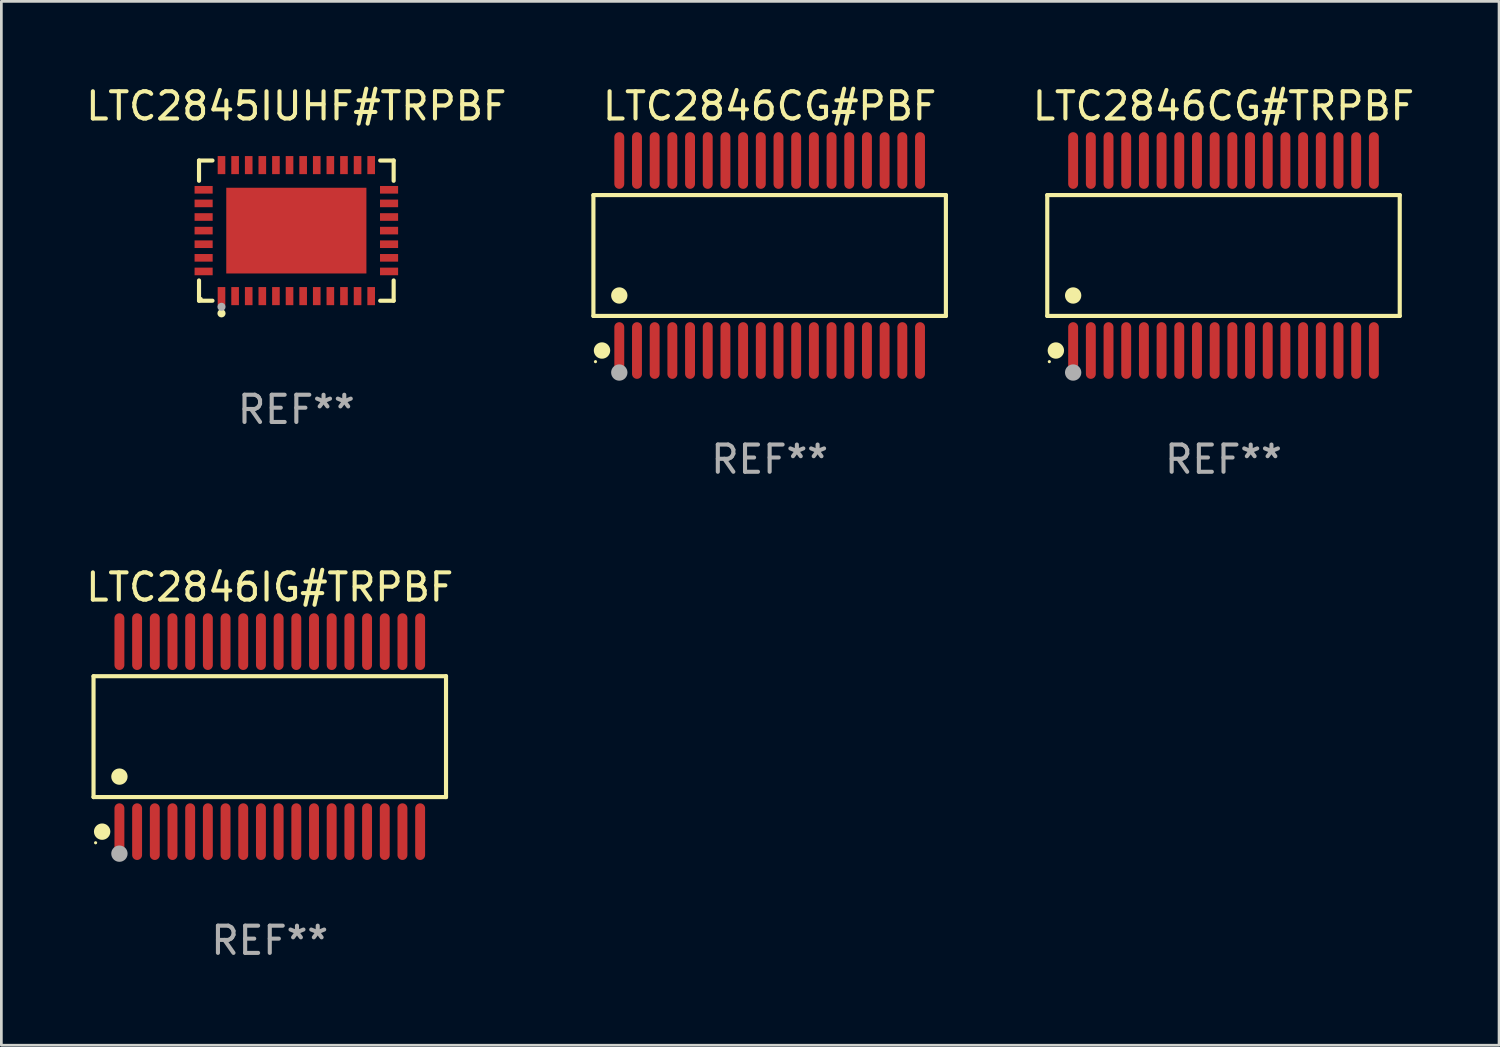
<source format=kicad_pcb>
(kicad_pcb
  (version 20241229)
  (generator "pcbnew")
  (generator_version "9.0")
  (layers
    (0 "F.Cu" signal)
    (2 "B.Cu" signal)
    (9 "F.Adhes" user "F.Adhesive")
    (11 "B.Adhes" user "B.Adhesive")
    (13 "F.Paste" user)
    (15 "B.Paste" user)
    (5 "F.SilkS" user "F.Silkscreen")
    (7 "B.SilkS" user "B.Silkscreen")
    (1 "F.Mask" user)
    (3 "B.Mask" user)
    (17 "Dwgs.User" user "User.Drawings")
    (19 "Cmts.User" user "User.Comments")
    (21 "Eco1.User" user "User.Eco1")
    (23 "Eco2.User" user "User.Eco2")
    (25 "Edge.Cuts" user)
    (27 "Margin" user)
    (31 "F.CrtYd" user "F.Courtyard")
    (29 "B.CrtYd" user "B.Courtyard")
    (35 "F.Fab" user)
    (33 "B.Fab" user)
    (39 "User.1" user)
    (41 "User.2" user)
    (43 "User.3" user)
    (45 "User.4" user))
  (footprint "LTC2846CG#TRPBF"
    (layer "F.Cu")
    (at 41.908 6.339)
    (property "Reference" "LTC2846CG#TRPBF" (at 0 -5.491 0) (layer "F.SilkS") (effects (font (size 1 1) (thickness 0.15))))
    (attr through_hole)
    (fp_line (start -6.476 -2.221) (end 6.476 -2.221) (stroke (width 0.152) (type solid)) (layer "F.SilkS"))
    (fp_line (start -6.476 2.221) (end -6.476 -2.221) (stroke (width 0.152) (type solid)) (layer "F.SilkS"))
    (fp_line (start 6.476 -2.221) (end 6.476 2.221) (stroke (width 0.152) (type solid)) (layer "F.SilkS"))
    (fp_line (start 6.476 2.221) (end -6.476 2.221) (stroke (width 0.152) (type solid)) (layer "F.SilkS"))
    (fp_circle (center -6.4 3.9) (end -6.37 3.9) (stroke (width 0.06) (type solid)) (fill no) (layer "F.SilkS"))
    (fp_circle (center -6.16 3.491) (end -6.009 3.491) (stroke (width 0.3) (type solid)) (fill no) (layer "F.SilkS"))
    (fp_circle (center -5.525 1.469) (end -5.375 1.469) (stroke (width 0.3) (type solid)) (fill no) (layer "F.SilkS"))
    (fp_circle (center -5.525 4.3) (end -5.375 4.3) (stroke (width 0.3) (type solid)) (fill no) (layer "F.Fab"))
    (fp_text user "REF**" (at 0 7.491 0) (layer "F.Fab") (effects (font (size 1 1) (thickness 0.15))))
    (pad "1" smd oval (at -5.525 3.491) (size 0.364 2.082) (layers "F.Cu" "F.Mask" "F.Paste"))
    (pad "2" smd oval (at -4.875 3.491) (size 0.364 2.082) (layers "F.Cu" "F.Mask" "F.Paste"))
    (pad "3" smd oval (at -4.225 3.491) (size 0.364 2.082) (layers "F.Cu" "F.Mask" "F.Paste"))
    (pad "4" smd oval (at -3.575 3.491) (size 0.364 2.082) (layers "F.Cu" "F.Mask" "F.Paste"))
    (pad "5" smd oval (at -2.925 3.491) (size 0.364 2.082) (layers "F.Cu" "F.Mask" "F.Paste"))
    (pad "6" smd oval (at -2.275 3.491) (size 0.364 2.082) (layers "F.Cu" "F.Mask" "F.Paste"))
    (pad "7" smd oval (at -1.625 3.491) (size 0.364 2.082) (layers "F.Cu" "F.Mask" "F.Paste"))
    (pad "8" smd oval (at -0.975 3.491) (size 0.364 2.082) (layers "F.Cu" "F.Mask" "F.Paste"))
    (pad "9" smd oval (at -0.325 3.491) (size 0.364 2.082) (layers "F.Cu" "F.Mask" "F.Paste"))
    (pad "10" smd oval (at 0.325 3.491) (size 0.364 2.082) (layers "F.Cu" "F.Mask" "F.Paste"))
    (pad "11" smd oval (at 0.975 3.491) (size 0.364 2.082) (layers "F.Cu" "F.Mask" "F.Paste"))
    (pad "12" smd oval (at 1.625 3.491) (size 0.364 2.082) (layers "F.Cu" "F.Mask" "F.Paste"))
    (pad "13" smd oval (at 2.275 3.491) (size 0.364 2.082) (layers "F.Cu" "F.Mask" "F.Paste"))
    (pad "14" smd oval (at 2.925 3.491) (size 0.364 2.082) (layers "F.Cu" "F.Mask" "F.Paste"))
    (pad "15" smd oval (at 3.575 3.491) (size 0.364 2.082) (layers "F.Cu" "F.Mask" "F.Paste"))
    (pad "16" smd oval (at 4.225 3.491) (size 0.364 2.082) (layers "F.Cu" "F.Mask" "F.Paste"))
    (pad "17" smd oval (at 4.875 3.491) (size 0.364 2.082) (layers "F.Cu" "F.Mask" "F.Paste"))
    (pad "18" smd oval (at 5.525 3.491) (size 0.364 2.082) (layers "F.Cu" "F.Mask" "F.Paste"))
    (pad "19" smd oval (at 5.525 -3.491) (size 0.364 2.082) (layers "F.Cu" "F.Mask" "F.Paste"))
    (pad "20" smd oval (at 4.875 -3.491) (size 0.364 2.082) (layers "F.Cu" "F.Mask" "F.Paste"))
    (pad "21" smd oval (at 4.225 -3.491) (size 0.364 2.082) (layers "F.Cu" "F.Mask" "F.Paste"))
    (pad "22" smd oval (at 3.575 -3.491) (size 0.364 2.082) (layers "F.Cu" "F.Mask" "F.Paste"))
    (pad "23" smd oval (at 2.925 -3.491) (size 0.364 2.082) (layers "F.Cu" "F.Mask" "F.Paste"))
    (pad "24" smd oval (at 2.275 -3.491) (size 0.364 2.082) (layers "F.Cu" "F.Mask" "F.Paste"))
    (pad "25" smd oval (at 1.625 -3.491) (size 0.364 2.082) (layers "F.Cu" "F.Mask" "F.Paste"))
    (pad "26" smd oval (at 0.975 -3.491) (size 0.364 2.082) (layers "F.Cu" "F.Mask" "F.Paste"))
    (pad "27" smd oval (at 0.325 -3.491) (size 0.364 2.082) (layers "F.Cu" "F.Mask" "F.Paste"))
    (pad "28" smd oval (at -0.325 -3.491) (size 0.364 2.082) (layers "F.Cu" "F.Mask" "F.Paste"))
    (pad "29" smd oval (at -0.975 -3.491) (size 0.364 2.082) (layers "F.Cu" "F.Mask" "F.Paste"))
    (pad "30" smd oval (at -1.625 -3.491) (size 0.364 2.082) (layers "F.Cu" "F.Mask" "F.Paste"))
    (pad "31" smd oval (at -2.275 -3.491) (size 0.364 2.082) (layers "F.Cu" "F.Mask" "F.Paste"))
    (pad "32" smd oval (at -2.925 -3.491) (size 0.364 2.082) (layers "F.Cu" "F.Mask" "F.Paste"))
    (pad "33" smd oval (at -3.575 -3.491) (size 0.364 2.082) (layers "F.Cu" "F.Mask" "F.Paste"))
    (pad "34" smd oval (at -4.225 -3.491) (size 0.364 2.082) (layers "F.Cu" "F.Mask" "F.Paste"))
    (pad "35" smd oval (at -4.875 -3.491) (size 0.364 2.082) (layers "F.Cu" "F.Mask" "F.Paste"))
    (pad "36" smd oval (at -5.525 -3.491) (size 0.364 2.082) (layers "F.Cu" "F.Mask" "F.Paste")))
  (footprint "LTC2846IG#TRPBF"
    (layer "F.Cu")
    (at 6.863 24.018)
    (property "Reference" "LTC2846IG#TRPBF" (at 0 -5.491 0) (layer "F.SilkS") (effects (font (size 1 1) (thickness 0.15))))
    (attr through_hole)
    (fp_line (start -6.476 -2.221) (end 6.476 -2.221) (stroke (width 0.152) (type solid)) (layer "F.SilkS"))
    (fp_line (start -6.476 2.221) (end -6.476 -2.221) (stroke (width 0.152) (type solid)) (layer "F.SilkS"))
    (fp_line (start 6.476 -2.221) (end 6.476 2.221) (stroke (width 0.152) (type solid)) (layer "F.SilkS"))
    (fp_line (start 6.476 2.221) (end -6.476 2.221) (stroke (width 0.152) (type solid)) (layer "F.SilkS"))
    (fp_circle (center -6.4 3.9) (end -6.37 3.9) (stroke (width 0.06) (type solid)) (fill no) (layer "F.SilkS"))
    (fp_circle (center -6.16 3.491) (end -6.009 3.491) (stroke (width 0.3) (type solid)) (fill no) (layer "F.SilkS"))
    (fp_circle (center -5.525 1.469) (end -5.375 1.469) (stroke (width 0.3) (type solid)) (fill no) (layer "F.SilkS"))
    (fp_circle (center -5.525 4.3) (end -5.375 4.3) (stroke (width 0.3) (type solid)) (fill no) (layer "F.Fab"))
    (fp_text user "REF**" (at 0 7.491 0) (layer "F.Fab") (effects (font (size 1 1) (thickness 0.15))))
    (pad "1" smd oval (at -5.525 3.491) (size 0.364 2.082) (layers "F.Cu" "F.Mask" "F.Paste"))
    (pad "2" smd oval (at -4.875 3.491) (size 0.364 2.082) (layers "F.Cu" "F.Mask" "F.Paste"))
    (pad "3" smd oval (at -4.225 3.491) (size 0.364 2.082) (layers "F.Cu" "F.Mask" "F.Paste"))
    (pad "4" smd oval (at -3.575 3.491) (size 0.364 2.082) (layers "F.Cu" "F.Mask" "F.Paste"))
    (pad "5" smd oval (at -2.925 3.491) (size 0.364 2.082) (layers "F.Cu" "F.Mask" "F.Paste"))
    (pad "6" smd oval (at -2.275 3.491) (size 0.364 2.082) (layers "F.Cu" "F.Mask" "F.Paste"))
    (pad "7" smd oval (at -1.625 3.491) (size 0.364 2.082) (layers "F.Cu" "F.Mask" "F.Paste"))
    (pad "8" smd oval (at -0.975 3.491) (size 0.364 2.082) (layers "F.Cu" "F.Mask" "F.Paste"))
    (pad "9" smd oval (at -0.325 3.491) (size 0.364 2.082) (layers "F.Cu" "F.Mask" "F.Paste"))
    (pad "10" smd oval (at 0.325 3.491) (size 0.364 2.082) (layers "F.Cu" "F.Mask" "F.Paste"))
    (pad "11" smd oval (at 0.975 3.491) (size 0.364 2.082) (layers "F.Cu" "F.Mask" "F.Paste"))
    (pad "12" smd oval (at 1.625 3.491) (size 0.364 2.082) (layers "F.Cu" "F.Mask" "F.Paste"))
    (pad "13" smd oval (at 2.275 3.491) (size 0.364 2.082) (layers "F.Cu" "F.Mask" "F.Paste"))
    (pad "14" smd oval (at 2.925 3.491) (size 0.364 2.082) (layers "F.Cu" "F.Mask" "F.Paste"))
    (pad "15" smd oval (at 3.575 3.491) (size 0.364 2.082) (layers "F.Cu" "F.Mask" "F.Paste"))
    (pad "16" smd oval (at 4.225 3.491) (size 0.364 2.082) (layers "F.Cu" "F.Mask" "F.Paste"))
    (pad "17" smd oval (at 4.875 3.491) (size 0.364 2.082) (layers "F.Cu" "F.Mask" "F.Paste"))
    (pad "18" smd oval (at 5.525 3.491) (size 0.364 2.082) (layers "F.Cu" "F.Mask" "F.Paste"))
    (pad "19" smd oval (at 5.525 -3.491) (size 0.364 2.082) (layers "F.Cu" "F.Mask" "F.Paste"))
    (pad "20" smd oval (at 4.875 -3.491) (size 0.364 2.082) (layers "F.Cu" "F.Mask" "F.Paste"))
    (pad "21" smd oval (at 4.225 -3.491) (size 0.364 2.082) (layers "F.Cu" "F.Mask" "F.Paste"))
    (pad "22" smd oval (at 3.575 -3.491) (size 0.364 2.082) (layers "F.Cu" "F.Mask" "F.Paste"))
    (pad "23" smd oval (at 2.925 -3.491) (size 0.364 2.082) (layers "F.Cu" "F.Mask" "F.Paste"))
    (pad "24" smd oval (at 2.275 -3.491) (size 0.364 2.082) (layers "F.Cu" "F.Mask" "F.Paste"))
    (pad "25" smd oval (at 1.625 -3.491) (size 0.364 2.082) (layers "F.Cu" "F.Mask" "F.Paste"))
    (pad "26" smd oval (at 0.975 -3.491) (size 0.364 2.082) (layers "F.Cu" "F.Mask" "F.Paste"))
    (pad "27" smd oval (at 0.325 -3.491) (size 0.364 2.082) (layers "F.Cu" "F.Mask" "F.Paste"))
    (pad "28" smd oval (at -0.325 -3.491) (size 0.364 2.082) (layers "F.Cu" "F.Mask" "F.Paste"))
    (pad "29" smd oval (at -0.975 -3.491) (size 0.364 2.082) (layers "F.Cu" "F.Mask" "F.Paste"))
    (pad "30" smd oval (at -1.625 -3.491) (size 0.364 2.082) (layers "F.Cu" "F.Mask" "F.Paste"))
    (pad "31" smd oval (at -2.275 -3.491) (size 0.364 2.082) (layers "F.Cu" "F.Mask" "F.Paste"))
    (pad "32" smd oval (at -2.925 -3.491) (size 0.364 2.082) (layers "F.Cu" "F.Mask" "F.Paste"))
    (pad "33" smd oval (at -3.575 -3.491) (size 0.364 2.082) (layers "F.Cu" "F.Mask" "F.Paste"))
    (pad "34" smd oval (at -4.225 -3.491) (size 0.364 2.082) (layers "F.Cu" "F.Mask" "F.Paste"))
    (pad "35" smd oval (at -4.875 -3.491) (size 0.364 2.082) (layers "F.Cu" "F.Mask" "F.Paste"))
    (pad "36" smd oval (at -5.525 -3.491) (size 0.364 2.082) (layers "F.Cu" "F.Mask" "F.Paste")))
  (footprint "LTC2846CG#PBF"
    (layer "F.Cu")
    (at 25.231 6.339)
    (property "Reference" "LTC2846CG#PBF" (at 0 -5.491 0) (layer "F.SilkS") (effects (font (size 1 1) (thickness 0.15))))
    (attr through_hole)
    (fp_line (start -6.476 -2.221) (end 6.476 -2.221) (stroke (width 0.152) (type solid)) (layer "F.SilkS"))
    (fp_line (start -6.476 2.221) (end -6.476 -2.221) (stroke (width 0.152) (type solid)) (layer "F.SilkS"))
    (fp_line (start 6.476 -2.221) (end 6.476 2.221) (stroke (width 0.152) (type solid)) (layer "F.SilkS"))
    (fp_line (start 6.476 2.221) (end -6.476 2.221) (stroke (width 0.152) (type solid)) (layer "F.SilkS"))
    (fp_circle (center -6.4 3.9) (end -6.37 3.9) (stroke (width 0.06) (type solid)) (fill no) (layer "F.SilkS"))
    (fp_circle (center -6.16 3.491) (end -6.009 3.491) (stroke (width 0.3) (type solid)) (fill no) (layer "F.SilkS"))
    (fp_circle (center -5.525 1.469) (end -5.375 1.469) (stroke (width 0.3) (type solid)) (fill no) (layer "F.SilkS"))
    (fp_circle (center -5.525 4.3) (end -5.375 4.3) (stroke (width 0.3) (type solid)) (fill no) (layer "F.Fab"))
    (fp_text user "REF**" (at 0 7.491 0) (layer "F.Fab") (effects (font (size 1 1) (thickness 0.15))))
    (pad "1" smd oval (at -5.525 3.491) (size 0.364 2.082) (layers "F.Cu" "F.Mask" "F.Paste"))
    (pad "2" smd oval (at -4.875 3.491) (size 0.364 2.082) (layers "F.Cu" "F.Mask" "F.Paste"))
    (pad "3" smd oval (at -4.225 3.491) (size 0.364 2.082) (layers "F.Cu" "F.Mask" "F.Paste"))
    (pad "4" smd oval (at -3.575 3.491) (size 0.364 2.082) (layers "F.Cu" "F.Mask" "F.Paste"))
    (pad "5" smd oval (at -2.925 3.491) (size 0.364 2.082) (layers "F.Cu" "F.Mask" "F.Paste"))
    (pad "6" smd oval (at -2.275 3.491) (size 0.364 2.082) (layers "F.Cu" "F.Mask" "F.Paste"))
    (pad "7" smd oval (at -1.625 3.491) (size 0.364 2.082) (layers "F.Cu" "F.Mask" "F.Paste"))
    (pad "8" smd oval (at -0.975 3.491) (size 0.364 2.082) (layers "F.Cu" "F.Mask" "F.Paste"))
    (pad "9" smd oval (at -0.325 3.491) (size 0.364 2.082) (layers "F.Cu" "F.Mask" "F.Paste"))
    (pad "10" smd oval (at 0.325 3.491) (size 0.364 2.082) (layers "F.Cu" "F.Mask" "F.Paste"))
    (pad "11" smd oval (at 0.975 3.491) (size 0.364 2.082) (layers "F.Cu" "F.Mask" "F.Paste"))
    (pad "12" smd oval (at 1.625 3.491) (size 0.364 2.082) (layers "F.Cu" "F.Mask" "F.Paste"))
    (pad "13" smd oval (at 2.275 3.491) (size 0.364 2.082) (layers "F.Cu" "F.Mask" "F.Paste"))
    (pad "14" smd oval (at 2.925 3.491) (size 0.364 2.082) (layers "F.Cu" "F.Mask" "F.Paste"))
    (pad "15" smd oval (at 3.575 3.491) (size 0.364 2.082) (layers "F.Cu" "F.Mask" "F.Paste"))
    (pad "16" smd oval (at 4.225 3.491) (size 0.364 2.082) (layers "F.Cu" "F.Mask" "F.Paste"))
    (pad "17" smd oval (at 4.875 3.491) (size 0.364 2.082) (layers "F.Cu" "F.Mask" "F.Paste"))
    (pad "18" smd oval (at 5.525 3.491) (size 0.364 2.082) (layers "F.Cu" "F.Mask" "F.Paste"))
    (pad "19" smd oval (at 5.525 -3.491) (size 0.364 2.082) (layers "F.Cu" "F.Mask" "F.Paste"))
    (pad "20" smd oval (at 4.875 -3.491) (size 0.364 2.082) (layers "F.Cu" "F.Mask" "F.Paste"))
    (pad "21" smd oval (at 4.225 -3.491) (size 0.364 2.082) (layers "F.Cu" "F.Mask" "F.Paste"))
    (pad "22" smd oval (at 3.575 -3.491) (size 0.364 2.082) (layers "F.Cu" "F.Mask" "F.Paste"))
    (pad "23" smd oval (at 2.925 -3.491) (size 0.364 2.082) (layers "F.Cu" "F.Mask" "F.Paste"))
    (pad "24" smd oval (at 2.275 -3.491) (size 0.364 2.082) (layers "F.Cu" "F.Mask" "F.Paste"))
    (pad "25" smd oval (at 1.625 -3.491) (size 0.364 2.082) (layers "F.Cu" "F.Mask" "F.Paste"))
    (pad "26" smd oval (at 0.975 -3.491) (size 0.364 2.082) (layers "F.Cu" "F.Mask" "F.Paste"))
    (pad "27" smd oval (at 0.325 -3.491) (size 0.364 2.082) (layers "F.Cu" "F.Mask" "F.Paste"))
    (pad "28" smd oval (at -0.325 -3.491) (size 0.364 2.082) (layers "F.Cu" "F.Mask" "F.Paste"))
    (pad "29" smd oval (at -0.975 -3.491) (size 0.364 2.082) (layers "F.Cu" "F.Mask" "F.Paste"))
    (pad "30" smd oval (at -1.625 -3.491) (size 0.364 2.082) (layers "F.Cu" "F.Mask" "F.Paste"))
    (pad "31" smd oval (at -2.275 -3.491) (size 0.364 2.082) (layers "F.Cu" "F.Mask" "F.Paste"))
    (pad "32" smd oval (at -2.925 -3.491) (size 0.364 2.082) (layers "F.Cu" "F.Mask" "F.Paste"))
    (pad "33" smd oval (at -3.575 -3.491) (size 0.364 2.082) (layers "F.Cu" "F.Mask" "F.Paste"))
    (pad "34" smd oval (at -4.225 -3.491) (size 0.364 2.082) (layers "F.Cu" "F.Mask" "F.Paste"))
    (pad "35" smd oval (at -4.875 -3.491) (size 0.364 2.082) (layers "F.Cu" "F.Mask" "F.Paste"))
    (pad "36" smd oval (at -5.525 -3.491) (size 0.364 2.082) (layers "F.Cu" "F.Mask" "F.Paste")))
  (footprint "LTC2845IUHF#TRPBF"
    (layer "F.Cu")
    (at 7.839 5.424)
    (property "Reference" "LTC2845IUHF#TRPBF" (at 0 -4.576 0) (layer "F.SilkS") (effects (font (size 1 1) (thickness 0.15))))
    (attr through_hole)
    (fp_line (start -3.576 -2.576) (end -3.081 -2.576) (stroke (width 0.152) (type solid)) (layer "F.SilkS"))
    (fp_line (start -3.576 -1.831) (end -3.576 -2.576) (stroke (width 0.152) (type solid)) (layer "F.SilkS"))
    (fp_line (start -3.576 1.831) (end -3.576 2.576) (stroke (width 0.152) (type solid)) (layer "F.SilkS"))
    (fp_line (start -3.576 2.576) (end -3.081 2.576) (stroke (width 0.152) (type solid)) (layer "F.SilkS"))
    (fp_line (start 3.576 -2.576) (end 3.081 -2.576) (stroke (width 0.152) (type solid)) (layer "F.SilkS"))
    (fp_line (start 3.576 -1.831) (end 3.576 -2.576) (stroke (width 0.152) (type solid)) (layer "F.SilkS"))
    (fp_line (start 3.576 1.831) (end 3.576 2.576) (stroke (width 0.152) (type solid)) (layer "F.SilkS"))
    (fp_line (start 3.576 2.576) (end 3.081 2.576) (stroke (width 0.152) (type solid)) (layer "F.SilkS"))
    (fp_circle (center -3.5 2.5) (end -3.47 2.5) (stroke (width 0.06) (type solid)) (fill no) (layer "F.SilkS"))
    (fp_circle (center -2.75 3.04) (end -2.675 3.04) (stroke (width 0.15) (type solid)) (fill no) (layer "F.SilkS"))
    (fp_circle (center -2.75 2.8) (end -2.675 2.8) (stroke (width 0.15) (type solid)) (fill no) (layer "F.Fab"))
    (fp_text user "REF**" (at 0 6.576 0) (layer "F.Fab") (effects (font (size 1 1) (thickness 0.15))))
    (pad "1" smd rect (at -2.75 2.407) (size 0.28 0.665) (layers "F.Cu" "F.Mask" "F.Paste"))
    (pad "2" smd rect (at -2.25 2.407) (size 0.28 0.665) (layers "F.Cu" "F.Mask" "F.Paste"))
    (pad "3" smd rect (at -1.75 2.407) (size 0.28 0.665) (layers "F.Cu" "F.Mask" "F.Paste"))
    (pad "4" smd rect (at -1.25 2.407) (size 0.28 0.665) (layers "F.Cu" "F.Mask" "F.Paste"))
    (pad "5" smd rect (at -0.75 2.407) (size 0.28 0.665) (layers "F.Cu" "F.Mask" "F.Paste"))
    (pad "6" smd rect (at -0.25 2.407) (size 0.28 0.665) (layers "F.Cu" "F.Mask" "F.Paste"))
    (pad "7" smd rect (at 0.25 2.407) (size 0.28 0.665) (layers "F.Cu" "F.Mask" "F.Paste"))
    (pad "8" smd rect (at 0.75 2.407) (size 0.28 0.665) (layers "F.Cu" "F.Mask" "F.Paste"))
    (pad "9" smd rect (at 1.25 2.407) (size 0.28 0.665) (layers "F.Cu" "F.Mask" "F.Paste"))
    (pad "10" smd rect (at 1.75 2.407) (size 0.28 0.665) (layers "F.Cu" "F.Mask" "F.Paste"))
    (pad "11" smd rect (at 2.25 2.407) (size 0.28 0.665) (layers "F.Cu" "F.Mask" "F.Paste"))
    (pad "12" smd rect (at 2.75 2.407) (size 0.28 0.665) (layers "F.Cu" "F.Mask" "F.Paste"))
    (pad "13" smd rect (at 3.407 1.5) (size 0.665 0.28) (layers "F.Cu" "F.Mask" "F.Paste"))
    (pad "14" smd rect (at 3.407 1) (size 0.665 0.28) (layers "F.Cu" "F.Mask" "F.Paste"))
    (pad "15" smd rect (at 3.407 0.5) (size 0.665 0.28) (layers "F.Cu" "F.Mask" "F.Paste"))
    (pad "16" smd rect (at 3.407 0) (size 0.665 0.28) (layers "F.Cu" "F.Mask" "F.Paste"))
    (pad "17" smd rect (at 3.407 -0.5) (size 0.665 0.28) (layers "F.Cu" "F.Mask" "F.Paste"))
    (pad "18" smd rect (at 3.407 -1) (size 0.665 0.28) (layers "F.Cu" "F.Mask" "F.Paste"))
    (pad "19" smd rect (at 3.407 -1.5) (size 0.665 0.28) (layers "F.Cu" "F.Mask" "F.Paste"))
    (pad "20" smd rect (at 2.75 -2.407) (size 0.28 0.665) (layers "F.Cu" "F.Mask" "F.Paste"))
    (pad "21" smd rect (at 2.25 -2.407) (size 0.28 0.665) (layers "F.Cu" "F.Mask" "F.Paste"))
    (pad "22" smd rect (at 1.75 -2.407) (size 0.28 0.665) (layers "F.Cu" "F.Mask" "F.Paste"))
    (pad "23" smd rect (at 1.25 -2.407) (size 0.28 0.665) (layers "F.Cu" "F.Mask" "F.Paste"))
    (pad "24" smd rect (at 0.75 -2.407) (size 0.28 0.665) (layers "F.Cu" "F.Mask" "F.Paste"))
    (pad "25" smd rect (at 0.25 -2.407) (size 0.28 0.665) (layers "F.Cu" "F.Mask" "F.Paste"))
    (pad "26" smd rect (at -0.25 -2.407) (size 0.28 0.665) (layers "F.Cu" "F.Mask" "F.Paste"))
    (pad "27" smd rect (at -0.75 -2.407) (size 0.28 0.665) (layers "F.Cu" "F.Mask" "F.Paste"))
    (pad "28" smd rect (at -1.25 -2.407) (size 0.28 0.665) (layers "F.Cu" "F.Mask" "F.Paste"))
    (pad "29" smd rect (at -1.75 -2.407) (size 0.28 0.665) (layers "F.Cu" "F.Mask" "F.Paste"))
    (pad "30" smd rect (at -2.25 -2.407) (size 0.28 0.665) (layers "F.Cu" "F.Mask" "F.Paste"))
    (pad "31" smd rect (at -2.75 -2.407) (size 0.28 0.665) (layers "F.Cu" "F.Mask" "F.Paste"))
    (pad "32" smd rect (at -3.407 -1.5) (size 0.665 0.28) (layers "F.Cu" "F.Mask" "F.Paste"))
    (pad "33" smd rect (at -3.407 -1) (size 0.665 0.28) (layers "F.Cu" "F.Mask" "F.Paste"))
    (pad "34" smd rect (at -3.407 -0.5) (size 0.665 0.28) (layers "F.Cu" "F.Mask" "F.Paste"))
    (pad "35" smd rect (at -3.407 0) (size 0.665 0.28) (layers "F.Cu" "F.Mask" "F.Paste"))
    (pad "36" smd rect (at -3.407 0.5) (size 0.665 0.28) (layers "F.Cu" "F.Mask" "F.Paste"))
    (pad "37" smd rect (at -3.407 1) (size 0.665 0.28) (layers "F.Cu" "F.Mask" "F.Paste"))
    (pad "38" smd rect (at -3.407 1.5) (size 0.665 0.28) (layers "F.Cu" "F.Mask" "F.Paste"))
    (pad "39" smd rect (at 0 0) (size 5.15 3.15) (layers "F.Cu" "F.Mask" "F.Paste")))
  (gr_rect
    (start -3 -3)
    (end 52.033 35.357)
    (stroke (width 0.1) (type default))
    (fill no)
    (layer "Edge.Cuts")))
</source>
